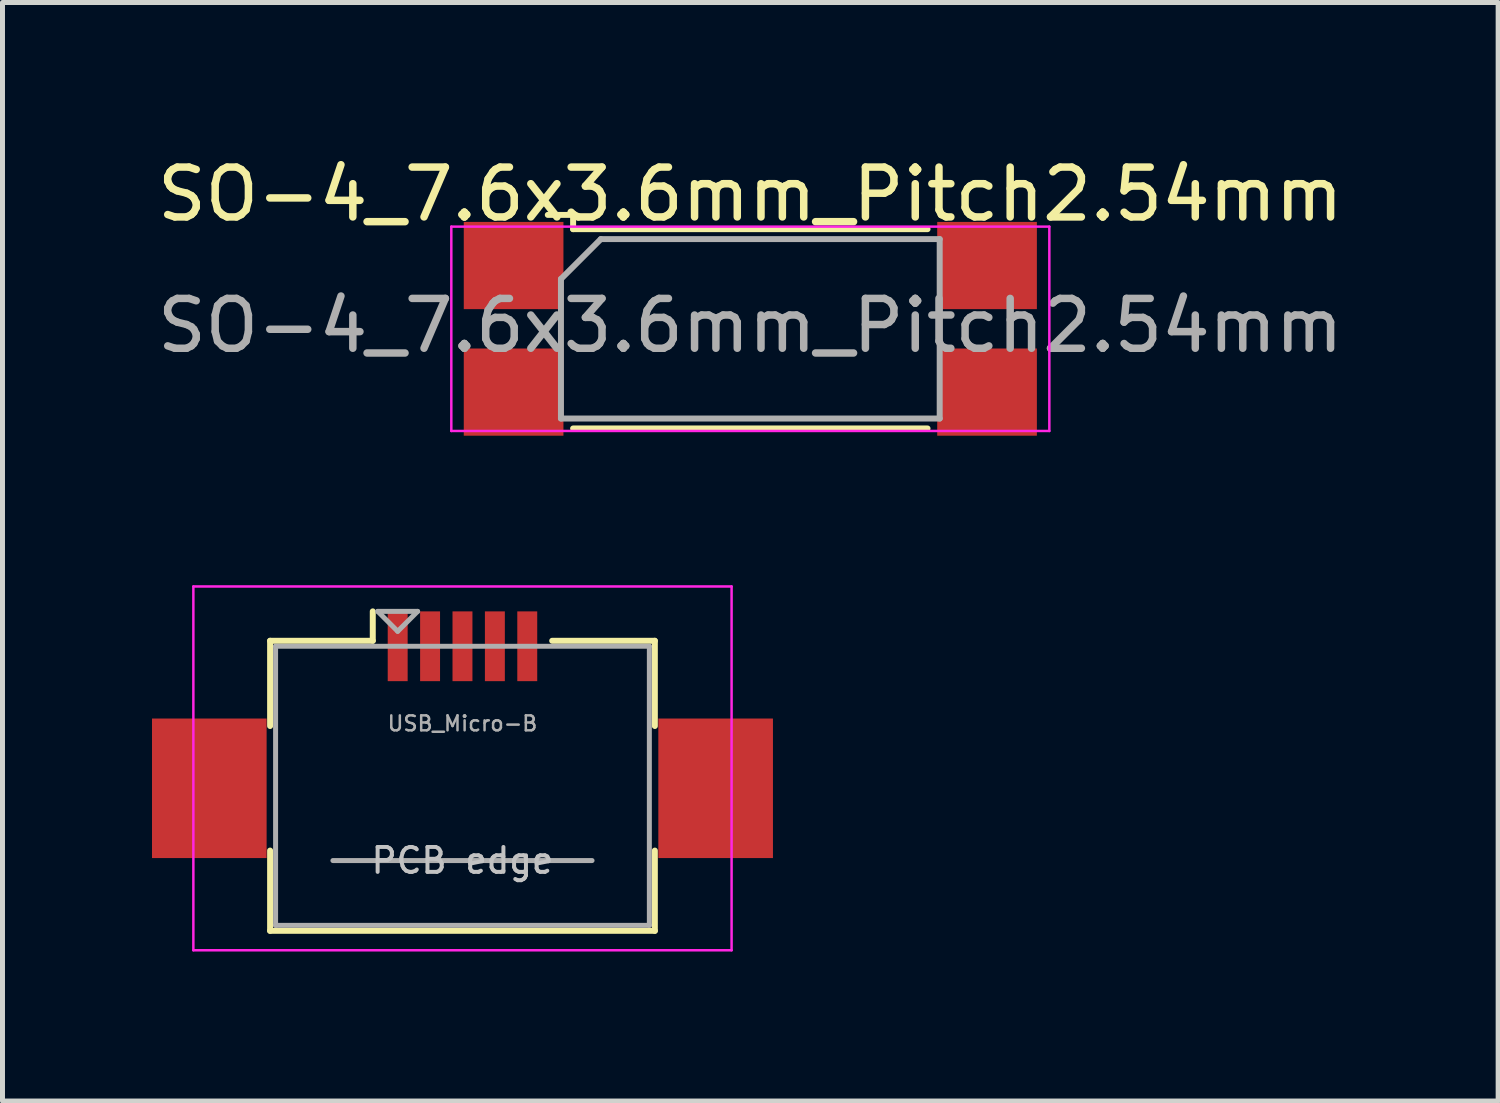
<source format=kicad_pcb>
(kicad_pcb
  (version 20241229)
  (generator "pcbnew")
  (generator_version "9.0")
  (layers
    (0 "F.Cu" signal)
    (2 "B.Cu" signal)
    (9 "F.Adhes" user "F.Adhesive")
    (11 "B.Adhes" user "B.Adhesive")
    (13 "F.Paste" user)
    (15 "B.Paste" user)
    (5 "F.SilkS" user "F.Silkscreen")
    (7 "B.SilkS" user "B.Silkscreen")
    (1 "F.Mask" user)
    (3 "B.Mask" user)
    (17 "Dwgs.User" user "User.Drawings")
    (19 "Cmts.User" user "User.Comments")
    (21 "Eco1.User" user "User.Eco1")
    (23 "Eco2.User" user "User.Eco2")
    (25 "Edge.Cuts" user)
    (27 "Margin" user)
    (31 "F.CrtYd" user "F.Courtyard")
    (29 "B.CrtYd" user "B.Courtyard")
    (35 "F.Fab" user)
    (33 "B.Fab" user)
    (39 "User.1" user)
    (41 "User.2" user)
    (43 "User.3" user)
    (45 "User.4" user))
  (footprint "SO-4_7.6x3.6mm_Pitch2.54mm"
    (layer "F.Cu")
    (at 12.006 3.548)
    (property "Reference" "SO-4_7.6x3.6mm_Pitch2.54mm" (at 0 -2.7 0) (layer "F.SilkS") (effects (font (size 1 1) (thickness 0.15))))
    (attr smd)
    (fp_line (start -3.556 -2.286) (end -4.064 -2.286) (stroke (width 0.12) (type solid)) (layer "F.SilkS"))
    (fp_line (start -3.556 -2) (end -3.556 -2.286) (stroke (width 0.12) (type solid)) (layer "F.SilkS"))
    (fp_line (start -3.556 -2) (end 3.556 -2) (stroke (width 0.12) (type solid)) (layer "F.SilkS"))
    (fp_line (start 3.556 2) (end -3.556 2) (stroke (width 0.12) (type solid)) (layer "F.SilkS"))
    (fp_line (start -6 -2.05) (end -6 2.05) (stroke (width 0.05) (type solid)) (layer "F.CrtYd"))
    (fp_line (start -6 -2.05) (end 6 -2.05) (stroke (width 0.05) (type solid)) (layer "F.CrtYd"))
    (fp_line (start 6 2.05) (end -6 2.05) (stroke (width 0.05) (type solid)) (layer "F.CrtYd"))
    (fp_line (start 6 2.05) (end 6 -2.05) (stroke (width 0.05) (type solid)) (layer "F.CrtYd"))
    (fp_line (start -3.8 -1) (end -3 -1.8) (stroke (width 0.12) (type solid)) (layer "F.Fab"))
    (fp_line (start -3.8 1.8) (end -3.8 -1) (stroke (width 0.12) (type solid)) (layer "F.Fab"))
    (fp_line (start -3 -1.8) (end 3.8 -1.8) (stroke (width 0.12) (type solid)) (layer "F.Fab"))
    (fp_line (start 3.8 -1.8) (end 3.8 1.8) (stroke (width 0.12) (type solid)) (layer "F.Fab"))
    (fp_line (start 3.8 1.8) (end -3.8 1.8) (stroke (width 0.12) (type solid)) (layer "F.Fab"))
    (fp_text user "${REFERENCE}" (at 0 -0.065 0) (layer "F.Fab") (effects (font (size 1 1) (thickness 0.15))))
    (pad "1" smd rect (at -4.75 -1.27) (size 2 1.75) (layers "F.Cu" "F.Mask" "F.Paste"))
    (pad "2" smd rect (at -4.75 1.27) (size 2 1.75) (layers "F.Cu" "F.Mask" "F.Paste"))
    (pad "3" smd rect (at 4.75 1.27) (size 2 1.75) (layers "F.Cu" "F.Mask" "F.Paste"))
    (pad "4" smd rect (at 4.75 -1.27) (size 2 1.75) (layers "F.Cu" "F.Mask" "F.Paste")))
  (footprint "USB_Micro-B"
    (layer "F.Cu")
    (at 6.23 11.468)
    (property "Reference" "USB_Micro-B" (at 0 0 180) (layer "F.Fab") (effects (font (size 0.3 0.3) (thickness 0.05))))
    (attr smd)
    (fp_line (start -3.86 -1.66) (end -1.8 -1.66) (stroke (width 0.12) (type solid)) (layer "F.SilkS"))
    (fp_line (start -3.86 0.05) (end -3.86 -1.66) (stroke (width 0.12) (type solid)) (layer "F.SilkS"))
    (fp_line (start -3.86 4.16) (end -3.86 2.55) (stroke (width 0.12) (type solid)) (layer "F.SilkS"))
    (fp_line (start -3.86 4.16) (end 3.86 4.16) (stroke (width 0.12) (type solid)) (layer "F.SilkS"))
    (fp_line (start -1.8 -1.66) (end -1.8 -2.25) (stroke (width 0.12) (type solid)) (layer "F.SilkS"))
    (fp_line (start 3.86 -1.66) (end 1.8 -1.66) (stroke (width 0.12) (type solid)) (layer "F.SilkS"))
    (fp_line (start 3.86 0.05) (end 3.86 -1.66) (stroke (width 0.12) (type solid)) (layer "F.SilkS"))
    (fp_line (start 3.86 4.16) (end 3.86 2.55) (stroke (width 0.12) (type solid)) (layer "F.SilkS"))
    (fp_line (start -5.4 -2.75) (end -5.4 4.55) (stroke (width 0.05) (type solid)) (layer "F.CrtYd"))
    (fp_line (start -5.4 4.55) (end 5.4 4.55) (stroke (width 0.05) (type solid)) (layer "F.CrtYd"))
    (fp_line (start 5.4 -2.75) (end -5.4 -2.75) (stroke (width 0.05) (type solid)) (layer "F.CrtYd"))
    (fp_line (start 5.4 4.55) (end 5.4 -2.75) (stroke (width 0.05) (type solid)) (layer "F.CrtYd"))
    (fp_line (start -3.75 -1.55) (end 3.75 -1.55) (stroke (width 0.1) (type solid)) (layer "F.Fab"))
    (fp_line (start -3.75 4.05) (end -3.75 -1.55) (stroke (width 0.1) (type solid)) (layer "F.Fab"))
    (fp_line (start -2.6 2.75) (end 2.6 2.75) (stroke (width 0.1) (type solid)) (layer "F.Fab"))
    (fp_line (start -1.7 -2.25) (end -1.3 -1.85) (stroke (width 0.1) (type solid)) (layer "F.Fab"))
    (fp_line (start -1.3 -1.85) (end -0.9 -2.25) (stroke (width 0.1) (type solid)) (layer "F.Fab"))
    (fp_line (start -0.9 -2.25) (end -1.7 -2.25) (stroke (width 0.1) (type solid)) (layer "F.Fab"))
    (fp_line (start 3.75 -1.55) (end 3.75 4.05) (stroke (width 0.1) (type solid)) (layer "F.Fab"))
    (fp_line (start 3.75 4.05) (end -3.75 4.05) (stroke (width 0.1) (type solid)) (layer "F.Fab"))
    (fp_text user "PCB edge" (at 0 2.75 180) (layer "Dwgs.User") (effects (font (size 0.5 0.5) (thickness 0.08))))
    (pad "1" smd rect (at -1.3 -1.55) (size 0.4 1.4) (layers "F.Cu" "F.Mask" "F.Paste"))
    (pad "2" smd rect (at -0.65 -1.55) (size 0.4 1.4) (layers "F.Cu" "F.Mask" "F.Paste"))
    (pad "3" smd rect (at 0 -1.55) (size 0.4 1.4) (layers "F.Cu" "F.Mask" "F.Paste"))
    (pad "4" smd rect (at 0.65 -1.55) (size 0.4 1.4) (layers "F.Cu" "F.Mask" "F.Paste"))
    (pad "5" smd rect (at 1.3 -1.55) (size 0.4 1.4) (layers "F.Cu" "F.Mask" "F.Paste"))
    (pad "6" smd rect (at -5.08 1.3) (size 2.3 2.8) (layers "F.Cu" "F.Mask" "F.Paste"))
    (pad "6" smd rect (at 5.08 1.3) (size 2.3 2.8) (layers "F.Cu" "F.Mask" "F.Paste")))
  (gr_rect
    (start -3 -3)
    (end 27.012 19.043)
    (stroke (width 0.1) (type default))
    (fill no)
    (layer "Edge.Cuts")))
</source>
